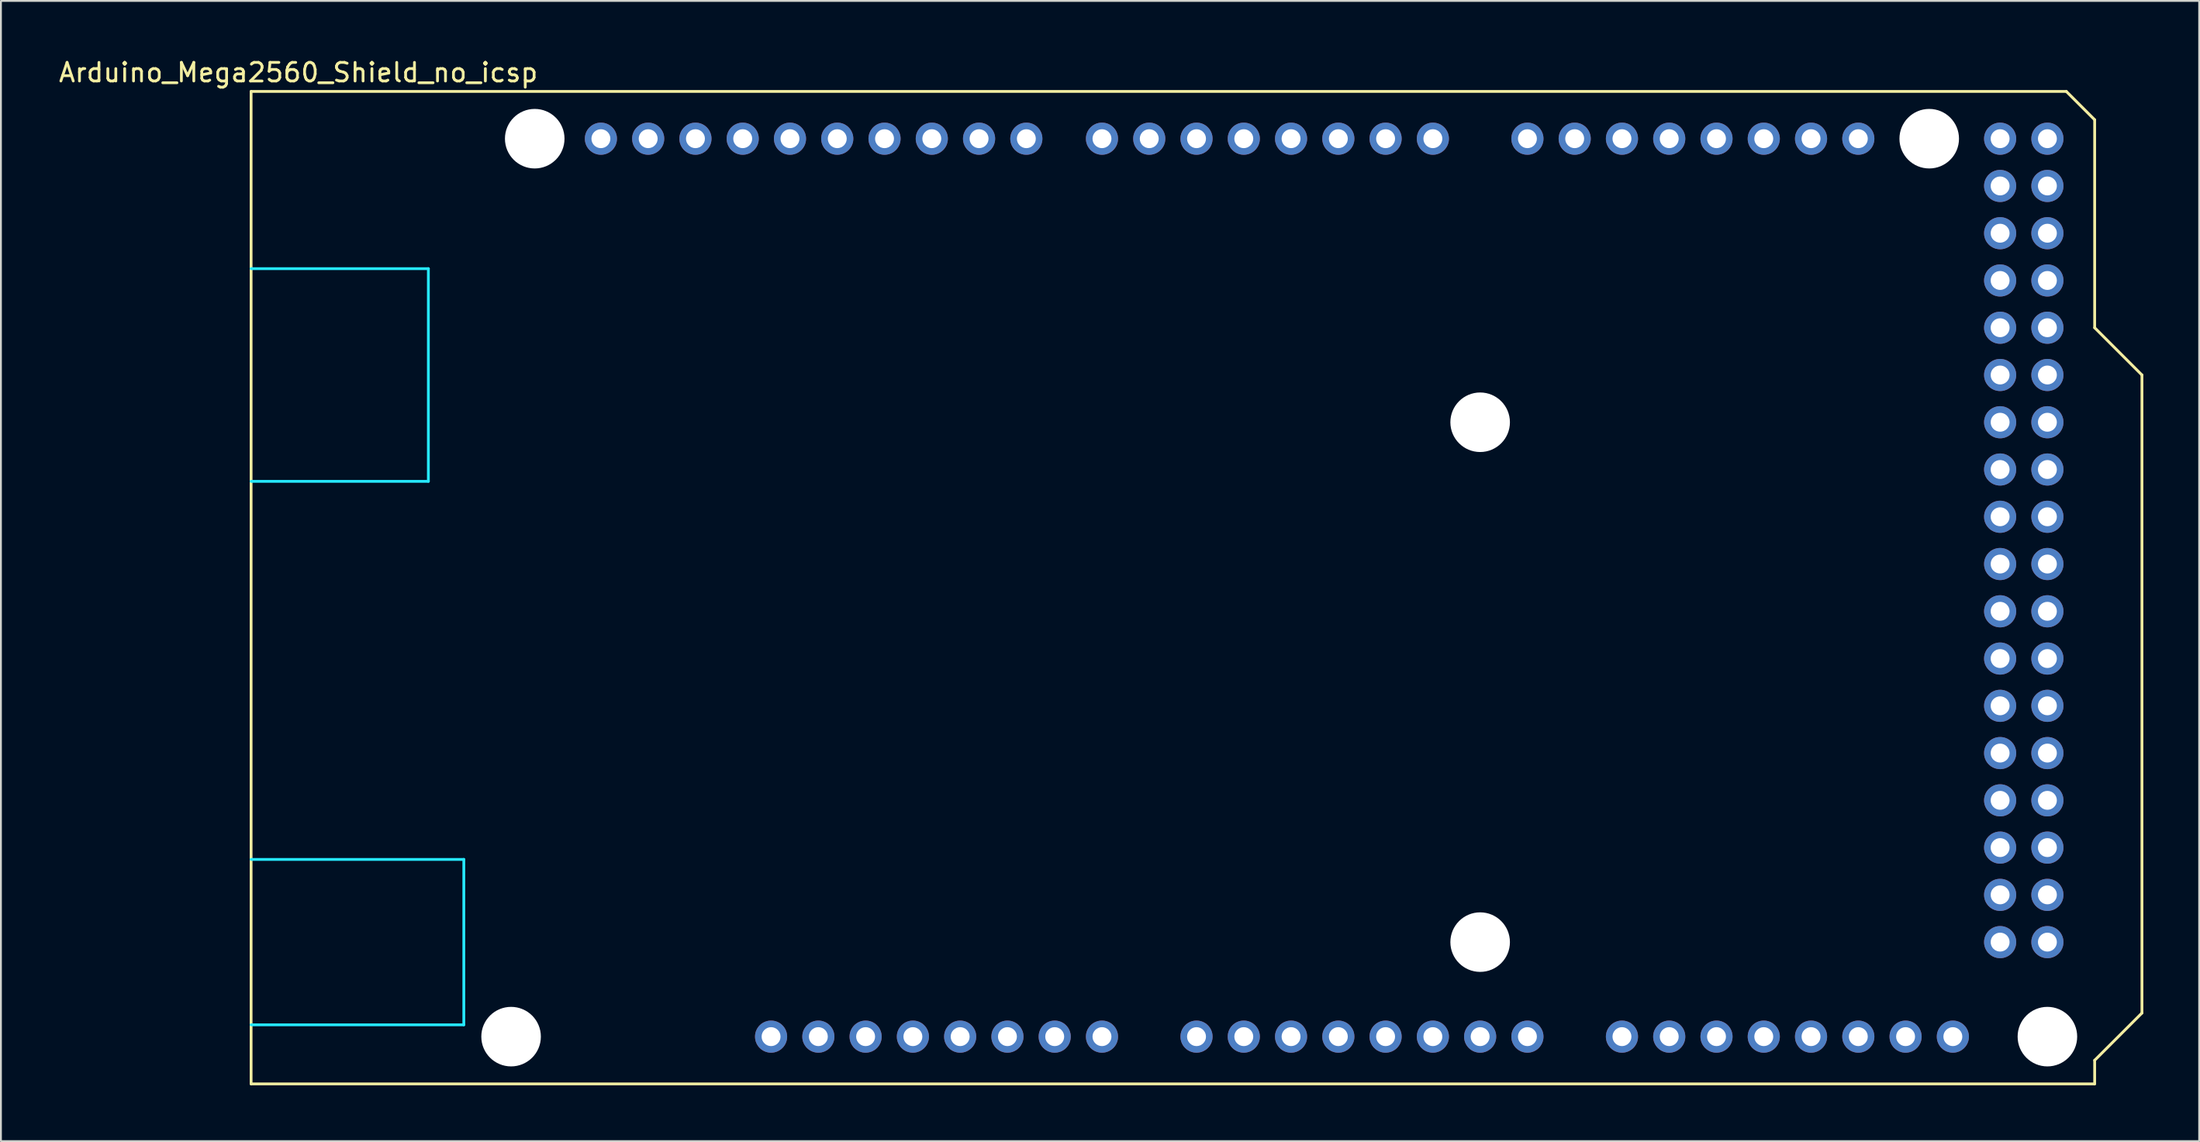
<source format=kicad_pcb>
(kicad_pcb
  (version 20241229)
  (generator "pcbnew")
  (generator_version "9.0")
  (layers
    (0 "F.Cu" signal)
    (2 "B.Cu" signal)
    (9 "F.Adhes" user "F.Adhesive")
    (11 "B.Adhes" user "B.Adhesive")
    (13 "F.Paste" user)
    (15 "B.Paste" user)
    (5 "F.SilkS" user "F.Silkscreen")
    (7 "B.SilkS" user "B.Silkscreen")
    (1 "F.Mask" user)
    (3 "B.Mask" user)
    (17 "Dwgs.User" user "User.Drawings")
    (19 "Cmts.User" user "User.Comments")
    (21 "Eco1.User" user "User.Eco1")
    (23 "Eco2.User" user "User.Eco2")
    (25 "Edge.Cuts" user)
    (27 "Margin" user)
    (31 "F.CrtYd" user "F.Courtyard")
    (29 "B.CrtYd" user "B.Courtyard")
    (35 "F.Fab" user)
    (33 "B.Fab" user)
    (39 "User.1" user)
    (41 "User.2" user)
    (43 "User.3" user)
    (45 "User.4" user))
  (footprint "Arduino_Mega2560_Shield_no_icsp"
    (layer "F.Cu")
    (at 10.442 1.864)
    (property "Reference" "Arduino_Mega2560_Shield_no_icsp" (at 2.54 -1.016 0) (layer "F.SilkS") (effects (font (size 1 1) (thickness 0.15))))
    (attr through_hole)
    (fp_line (start 0 0) (end 0 53.34) (stroke (width 0.15) (type solid)) (layer "F.SilkS"))
    (fp_line (start 0 0) (end 97.536 0) (stroke (width 0.15) (type solid)) (layer "F.SilkS"))
    (fp_line (start 0 53.34) (end 99.06 53.34) (stroke (width 0.15) (type solid)) (layer "F.SilkS"))
    (fp_line (start 97.536 0) (end 99.06 1.524) (stroke (width 0.15) (type solid)) (layer "F.SilkS"))
    (fp_line (start 99.06 12.7) (end 99.06 1.524) (stroke (width 0.15) (type solid)) (layer "F.SilkS"))
    (fp_line (start 99.06 52.07) (end 101.6 49.53) (stroke (width 0.15) (type solid)) (layer "F.SilkS"))
    (fp_line (start 99.06 53.34) (end 99.06 52.07) (stroke (width 0.15) (type solid)) (layer "F.SilkS"))
    (fp_line (start 101.6 15.24) (end 99.06 12.7) (stroke (width 0.15) (type solid)) (layer "F.SilkS"))
    (fp_line (start 101.6 49.53) (end 101.6 15.24) (stroke (width 0.15) (type solid)) (layer "F.SilkS"))
    (fp_line (start 0 41.275) (end 11.43 41.275) (stroke (width 0.15) (type solid)) (layer "B.CrtYd"))
    (fp_line (start 0 50.165) (end 11.43 50.165) (stroke (width 0.15) (type solid)) (layer "B.CrtYd"))
    (fp_line (start 9.525 9.525) (end 0 9.525) (stroke (width 0.15) (type solid)) (layer "B.CrtYd"))
    (fp_line (start 9.525 9.525) (end 9.525 20.955) (stroke (width 0.15) (type solid)) (layer "B.CrtYd"))
    (fp_line (start 9.525 20.955) (end 0 20.955) (stroke (width 0.15) (type solid)) (layer "B.CrtYd"))
    (fp_line (start 11.43 41.275) (end 11.43 50.165) (stroke (width 0.15) (type solid)) (layer "B.CrtYd"))
    (pad "" np_thru_hole circle (at 13.97 50.8) (size 3.2 3.2) (drill 3.2) (layers "*.Cu" "*.Mask"))
    (pad "" np_thru_hole circle (at 15.24 2.54) (size 3.2 3.2) (drill 3.2) (layers "*.Cu" "*.Mask"))
    (pad "" thru_hole oval (at 27.94 50.8) (size 1.727 1.727) (drill 1.016) (layers "*.Cu" "*.Mask"))
    (pad "" np_thru_hole circle (at 66.04 17.78) (size 3.2 3.2) (drill 3.2) (layers "*.Cu" "*.Mask"))
    (pad "" np_thru_hole circle (at 66.04 45.72) (size 3.2 3.2) (drill 3.2) (layers "*.Cu" "*.Mask"))
    (pad "" np_thru_hole circle (at 90.17 2.54) (size 3.2 3.2) (drill 3.2) (layers "*.Cu" "*.Mask"))
    (pad "" np_thru_hole circle (at 96.52 50.8) (size 3.2 3.2) (drill 3.2) (layers "*.Cu" "*.Mask"))
    (pad "3V3" thru_hole oval (at 35.56 50.8) (size 1.727 1.727) (drill 1.016) (layers "*.Cu" "*.Mask"))
    (pad "5V1" thru_hole oval (at 38.1 50.8) (size 1.727 1.727) (drill 1.016) (layers "*.Cu" "*.Mask"))
    (pad "5V3" thru_hole oval (at 93.98 2.54) (size 1.727 1.727) (drill 1.016) (layers "*.Cu" "*.Mask"))
    (pad "5V4" thru_hole oval (at 96.52 2.54) (size 1.727 1.727) (drill 1.016) (layers "*.Cu" "*.Mask"))
    (pad "A0" thru_hole oval (at 50.8 50.8) (size 1.727 1.727) (drill 1.016) (layers "*.Cu" "*.Mask"))
    (pad "A1" thru_hole oval (at 53.34 50.8) (size 1.727 1.727) (drill 1.016) (layers "*.Cu" "*.Mask"))
    (pad "A2" thru_hole oval (at 55.88 50.8) (size 1.727 1.727) (drill 1.016) (layers "*.Cu" "*.Mask"))
    (pad "A3" thru_hole oval (at 58.42 50.8) (size 1.727 1.727) (drill 1.016) (layers "*.Cu" "*.Mask"))
    (pad "A4" thru_hole oval (at 60.96 50.8) (size 1.727 1.727) (drill 1.016) (layers "*.Cu" "*.Mask"))
    (pad "A5" thru_hole oval (at 63.5 50.8) (size 1.727 1.727) (drill 1.016) (layers "*.Cu" "*.Mask"))
    (pad "A6" thru_hole oval (at 66.04 50.8) (size 1.727 1.727) (drill 1.016) (layers "*.Cu" "*.Mask"))
    (pad "A7" thru_hole oval (at 68.58 50.8) (size 1.727 1.727) (drill 1.016) (layers "*.Cu" "*.Mask"))
    (pad "A8" thru_hole oval (at 73.66 50.8) (size 1.727 1.727) (drill 1.016) (layers "*.Cu" "*.Mask"))
    (pad "A9" thru_hole oval (at 76.2 50.8) (size 1.727 1.727) (drill 1.016) (layers "*.Cu" "*.Mask"))
    (pad "A10" thru_hole oval (at 78.74 50.8) (size 1.727 1.727) (drill 1.016) (layers "*.Cu" "*.Mask"))
    (pad "A11" thru_hole oval (at 81.28 50.8) (size 1.727 1.727) (drill 1.016) (layers "*.Cu" "*.Mask"))
    (pad "A12" thru_hole oval (at 83.82 50.8) (size 1.727 1.727) (drill 1.016) (layers "*.Cu" "*.Mask"))
    (pad "A13" thru_hole oval (at 86.36 50.8) (size 1.727 1.727) (drill 1.016) (layers "*.Cu" "*.Mask"))
    (pad "A14" thru_hole oval (at 88.9 50.8) (size 1.727 1.727) (drill 1.016) (layers "*.Cu" "*.Mask"))
    (pad "A15" thru_hole oval (at 91.44 50.8) (size 1.727 1.727) (drill 1.016) (layers "*.Cu" "*.Mask"))
    (pad "AREF" thru_hole oval (at 23.876 2.54) (size 1.727 1.727) (drill 1.016) (layers "*.Cu" "*.Mask"))
    (pad "D0" thru_hole oval (at 63.5 2.54) (size 1.727 1.727) (drill 1.016) (layers "*.Cu" "*.Mask"))
    (pad "D1" thru_hole oval (at 60.96 2.54) (size 1.727 1.727) (drill 1.016) (layers "*.Cu" "*.Mask"))
    (pad "D2" thru_hole oval (at 58.42 2.54) (size 1.727 1.727) (drill 1.016) (layers "*.Cu" "*.Mask"))
    (pad "D3" thru_hole oval (at 55.88 2.54) (size 1.727 1.727) (drill 1.016) (layers "*.Cu" "*.Mask"))
    (pad "D4" thru_hole oval (at 53.34 2.54) (size 1.727 1.727) (drill 1.016) (layers "*.Cu" "*.Mask"))
    (pad "D5" thru_hole oval (at 50.8 2.54) (size 1.727 1.727) (drill 1.016) (layers "*.Cu" "*.Mask"))
    (pad "D6" thru_hole oval (at 48.26 2.54) (size 1.727 1.727) (drill 1.016) (layers "*.Cu" "*.Mask"))
    (pad "D7" thru_hole oval (at 45.72 2.54) (size 1.727 1.727) (drill 1.016) (layers "*.Cu" "*.Mask"))
    (pad "D8" thru_hole oval (at 41.656 2.54) (size 1.727 1.727) (drill 1.016) (layers "*.Cu" "*.Mask"))
    (pad "D9" thru_hole oval (at 39.116 2.54) (size 1.727 1.727) (drill 1.016) (layers "*.Cu" "*.Mask"))
    (pad "D10" thru_hole oval (at 36.576 2.54) (size 1.727 1.727) (drill 1.016) (layers "*.Cu" "*.Mask"))
    (pad "D11" thru_hole oval (at 34.036 2.54) (size 1.727 1.727) (drill 1.016) (layers "*.Cu" "*.Mask"))
    (pad "D12" thru_hole oval (at 31.496 2.54) (size 1.727 1.727) (drill 1.016) (layers "*.Cu" "*.Mask"))
    (pad "D13" thru_hole oval (at 28.956 2.54) (size 1.727 1.727) (drill 1.016) (layers "*.Cu" "*.Mask"))
    (pad "D14" thru_hole oval (at 68.58 2.54) (size 1.727 1.727) (drill 1.016) (layers "*.Cu" "*.Mask"))
    (pad "D15" thru_hole oval (at 71.12 2.54) (size 1.727 1.727) (drill 1.016) (layers "*.Cu" "*.Mask"))
    (pad "D16" thru_hole oval (at 73.66 2.54) (size 1.727 1.727) (drill 1.016) (layers "*.Cu" "*.Mask"))
    (pad "D17" thru_hole oval (at 76.2 2.54) (size 1.727 1.727) (drill 1.016) (layers "*.Cu" "*.Mask"))
    (pad "D18" thru_hole oval (at 78.74 2.54) (size 1.727 1.727) (drill 1.016) (layers "*.Cu" "*.Mask"))
    (pad "D19" thru_hole oval (at 81.28 2.54) (size 1.727 1.727) (drill 1.016) (layers "*.Cu" "*.Mask"))
    (pad "D20" thru_hole oval (at 83.82 2.54) (size 1.727 1.727) (drill 1.016) (layers "*.Cu" "*.Mask"))
    (pad "D21" thru_hole oval (at 86.36 2.54) (size 1.727 1.727) (drill 1.016) (layers "*.Cu" "*.Mask"))
    (pad "D22" thru_hole oval (at 93.98 5.08) (size 1.727 1.727) (drill 1.016) (layers "*.Cu" "*.Mask"))
    (pad "D23" thru_hole oval (at 96.52 5.08) (size 1.727 1.727) (drill 1.016) (layers "*.Cu" "*.Mask"))
    (pad "D24" thru_hole oval (at 93.98 7.62) (size 1.727 1.727) (drill 1.016) (layers "*.Cu" "*.Mask"))
    (pad "D25" thru_hole oval (at 96.52 7.62) (size 1.727 1.727) (drill 1.016) (layers "*.Cu" "*.Mask"))
    (pad "D26" thru_hole oval (at 93.98 10.16) (size 1.727 1.727) (drill 1.016) (layers "*.Cu" "*.Mask"))
    (pad "D27" thru_hole oval (at 96.52 10.16) (size 1.727 1.727) (drill 1.016) (layers "*.Cu" "*.Mask"))
    (pad "D28" thru_hole oval (at 93.98 12.7) (size 1.727 1.727) (drill 1.016) (layers "*.Cu" "*.Mask"))
    (pad "D29" thru_hole oval (at 96.52 12.7) (size 1.727 1.727) (drill 1.016) (layers "*.Cu" "*.Mask"))
    (pad "D30" thru_hole oval (at 93.98 15.24) (size 1.727 1.727) (drill 1.016) (layers "*.Cu" "*.Mask"))
    (pad "D31" thru_hole oval (at 96.52 15.24) (size 1.727 1.727) (drill 1.016) (layers "*.Cu" "*.Mask"))
    (pad "D32" thru_hole oval (at 93.98 17.78) (size 1.727 1.727) (drill 1.016) (layers "*.Cu" "*.Mask"))
    (pad "D33" thru_hole oval (at 96.52 17.78) (size 1.727 1.727) (drill 1.016) (layers "*.Cu" "*.Mask"))
    (pad "D34" thru_hole oval (at 93.98 20.32) (size 1.727 1.727) (drill 1.016) (layers "*.Cu" "*.Mask"))
    (pad "D35" thru_hole oval (at 96.52 20.32) (size 1.727 1.727) (drill 1.016) (layers "*.Cu" "*.Mask"))
    (pad "D36" thru_hole oval (at 93.98 22.86) (size 1.727 1.727) (drill 1.016) (layers "*.Cu" "*.Mask"))
    (pad "D37" thru_hole oval (at 96.52 22.86) (size 1.727 1.727) (drill 1.016) (layers "*.Cu" "*.Mask"))
    (pad "D38" thru_hole oval (at 93.98 25.4) (size 1.727 1.727) (drill 1.016) (layers "*.Cu" "*.Mask"))
    (pad "D39" thru_hole oval (at 96.52 25.4) (size 1.727 1.727) (drill 1.016) (layers "*.Cu" "*.Mask"))
    (pad "D40" thru_hole oval (at 93.98 27.94) (size 1.727 1.727) (drill 1.016) (layers "*.Cu" "*.Mask"))
    (pad "D41" thru_hole oval (at 96.52 27.94) (size 1.727 1.727) (drill 1.016) (layers "*.Cu" "*.Mask"))
    (pad "D42" thru_hole oval (at 93.98 30.48) (size 1.727 1.727) (drill 1.016) (layers "*.Cu" "*.Mask"))
    (pad "D43" thru_hole oval (at 96.52 30.48) (size 1.727 1.727) (drill 1.016) (layers "*.Cu" "*.Mask"))
    (pad "D44" thru_hole oval (at 93.98 33.02) (size 1.727 1.727) (drill 1.016) (layers "*.Cu" "*.Mask"))
    (pad "D45" thru_hole oval (at 96.52 33.02) (size 1.727 1.727) (drill 1.016) (layers "*.Cu" "*.Mask"))
    (pad "D46" thru_hole oval (at 93.98 35.56) (size 1.727 1.727) (drill 1.016) (layers "*.Cu" "*.Mask"))
    (pad "D47" thru_hole oval (at 96.52 35.56) (size 1.727 1.727) (drill 1.016) (layers "*.Cu" "*.Mask"))
    (pad "D48" thru_hole oval (at 93.98 38.1) (size 1.727 1.727) (drill 1.016) (layers "*.Cu" "*.Mask"))
    (pad "D49" thru_hole oval (at 96.52 38.1) (size 1.727 1.727) (drill 1.016) (layers "*.Cu" "*.Mask"))
    (pad "D50" thru_hole oval (at 93.98 40.64) (size 1.727 1.727) (drill 1.016) (layers "*.Cu" "*.Mask"))
    (pad "D51" thru_hole oval (at 96.52 40.64) (size 1.727 1.727) (drill 1.016) (layers "*.Cu" "*.Mask"))
    (pad "D52" thru_hole oval (at 93.98 43.18) (size 1.727 1.727) (drill 1.016) (layers "*.Cu" "*.Mask"))
    (pad "D53" thru_hole oval (at 96.52 43.18) (size 1.727 1.727) (drill 1.016) (layers "*.Cu" "*.Mask"))
    (pad "GND1" thru_hole oval (at 26.416 2.54) (size 1.727 1.727) (drill 1.016) (layers "*.Cu" "*.Mask"))
    (pad "GND2" thru_hole oval (at 40.64 50.8) (size 1.727 1.727) (drill 1.016) (layers "*.Cu" "*.Mask"))
    (pad "GND3" thru_hole oval (at 43.18 50.8) (size 1.727 1.727) (drill 1.016) (layers "*.Cu" "*.Mask"))
    (pad "GND5" thru_hole oval (at 93.98 45.72) (size 1.727 1.727) (drill 1.016) (layers "*.Cu" "*.Mask"))
    (pad "GND6" thru_hole oval (at 96.52 45.72) (size 1.727 1.727) (drill 1.016) (layers "*.Cu" "*.Mask"))
    (pad "IORF" thru_hole oval (at 30.48 50.8) (size 1.727 1.727) (drill 1.016) (layers "*.Cu" "*.Mask"))
    (pad "RST1" thru_hole oval (at 33.02 50.8) (size 1.727 1.727) (drill 1.016) (layers "*.Cu" "*.Mask"))
    (pad "SCL" thru_hole oval (at 18.796 2.54) (size 1.727 1.727) (drill 1.016) (layers "*.Cu" "*.Mask"))
    (pad "SDA" thru_hole oval (at 21.336 2.54) (size 1.727 1.727) (drill 1.016) (layers "*.Cu" "*.Mask"))
    (pad "VIN" thru_hole oval (at 45.72 50.8) (size 1.727 1.727) (drill 1.016) (layers "*.Cu" "*.Mask")))
  (gr_rect
    (start -3 -3)
    (end 115.117 58.279)
    (stroke (width 0.1) (type default))
    (fill no)
    (layer "Edge.Cuts")))
</source>
